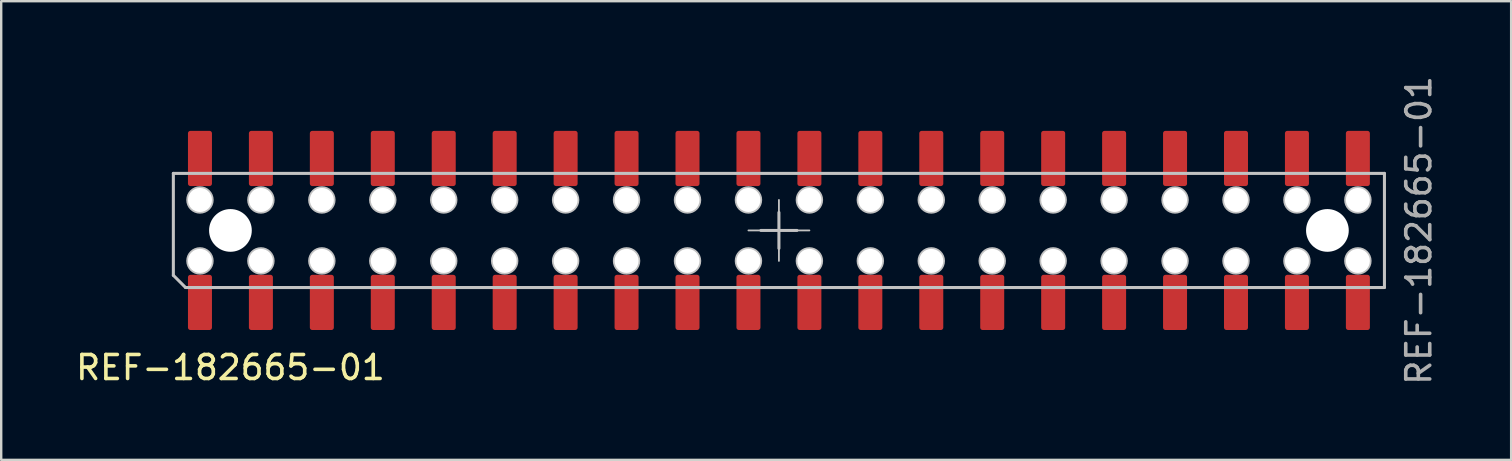
<source format=kicad_pcb>
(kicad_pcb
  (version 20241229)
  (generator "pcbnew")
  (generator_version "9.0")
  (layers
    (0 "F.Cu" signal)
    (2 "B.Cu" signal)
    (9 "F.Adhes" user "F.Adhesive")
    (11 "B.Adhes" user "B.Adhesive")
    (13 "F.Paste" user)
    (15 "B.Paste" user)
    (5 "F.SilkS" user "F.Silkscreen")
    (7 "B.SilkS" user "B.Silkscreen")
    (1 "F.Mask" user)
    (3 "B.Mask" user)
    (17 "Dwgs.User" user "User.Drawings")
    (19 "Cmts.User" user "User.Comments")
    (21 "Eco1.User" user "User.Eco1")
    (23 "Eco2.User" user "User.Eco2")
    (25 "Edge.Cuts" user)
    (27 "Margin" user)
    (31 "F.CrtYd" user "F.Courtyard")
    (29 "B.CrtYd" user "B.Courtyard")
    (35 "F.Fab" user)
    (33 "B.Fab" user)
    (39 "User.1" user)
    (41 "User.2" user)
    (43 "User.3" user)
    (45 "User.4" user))
  (footprint "REF-182665-01"
    (layer "F.Cu")
    (at 29.414 6.554)
    (property "Reference" "REF-182665-01" (at -22.86 5.715 0) (layer "F.SilkS") (effects (font (size 1 1) (thickness 0.15))))
    (fp_line (start -25.239 -2.377) (end 25.237 -2.377) (stroke (width 0.127) (type solid)) (layer "Dwgs.User"))
    (fp_line (start -25.239 1.871) (end -25.239 -2.377) (stroke (width 0.127) (type solid)) (layer "Dwgs.User"))
    (fp_line (start -24.731 2.379) (end -25.239 1.871) (stroke (width 0.127) (type solid)) (layer "Dwgs.User"))
    (fp_line (start -1.27 0) (end 1.27 0) (stroke (width 0.076) (type solid)) (layer "Dwgs.User"))
    (fp_line (start -0.75 0) (end 0.75 0) (stroke (width 0.127) (type solid)) (layer "Dwgs.User"))
    (fp_line (start 0 -1.27) (end 0 1.27) (stroke (width 0.076) (type solid)) (layer "Dwgs.User"))
    (fp_line (start 0 -0.75) (end 0 0.75) (stroke (width 0.127) (type solid)) (layer "Dwgs.User"))
    (fp_line (start 25.237 -2.377) (end 25.237 2.379) (stroke (width 0.127) (type solid)) (layer "Dwgs.User"))
    (fp_line (start 25.237 2.379) (end -24.731 2.379) (stroke (width 0.127) (type solid)) (layer "Dwgs.User"))
    (fp_circle (center -24.13 -1.27) (end -23.622 -1.27) (stroke (width 0.127) (type solid)) (fill no) (layer "Dwgs.User"))
    (fp_circle (center -24.13 1.27) (end -23.622 1.27) (stroke (width 0.127) (type solid)) (fill no) (layer "Dwgs.User"))
    (fp_circle (center -21.59 -1.27) (end -21.082 -1.27) (stroke (width 0.127) (type solid)) (fill no) (layer "Dwgs.User"))
    (fp_circle (center -21.59 1.27) (end -21.082 1.27) (stroke (width 0.127) (type solid)) (fill no) (layer "Dwgs.User"))
    (fp_circle (center -19.05 -1.27) (end -18.542 -1.27) (stroke (width 0.127) (type solid)) (fill no) (layer "Dwgs.User"))
    (fp_circle (center -19.05 1.27) (end -18.542 1.27) (stroke (width 0.127) (type solid)) (fill no) (layer "Dwgs.User"))
    (fp_circle (center -16.51 -1.27) (end -16.002 -1.27) (stroke (width 0.127) (type solid)) (fill no) (layer "Dwgs.User"))
    (fp_circle (center -16.51 1.27) (end -16.002 1.27) (stroke (width 0.127) (type solid)) (fill no) (layer "Dwgs.User"))
    (fp_circle (center -13.97 -1.27) (end -13.462 -1.27) (stroke (width 0.127) (type solid)) (fill no) (layer "Dwgs.User"))
    (fp_circle (center -13.97 1.27) (end -13.462 1.27) (stroke (width 0.127) (type solid)) (fill no) (layer "Dwgs.User"))
    (fp_circle (center -11.43 -1.27) (end -10.922 -1.27) (stroke (width 0.127) (type solid)) (fill no) (layer "Dwgs.User"))
    (fp_circle (center -11.43 1.27) (end -10.922 1.27) (stroke (width 0.127) (type solid)) (fill no) (layer "Dwgs.User"))
    (fp_circle (center -8.89 -1.27) (end -8.382 -1.27) (stroke (width 0.127) (type solid)) (fill no) (layer "Dwgs.User"))
    (fp_circle (center -8.89 1.27) (end -8.382 1.27) (stroke (width 0.127) (type solid)) (fill no) (layer "Dwgs.User"))
    (fp_circle (center -6.35 -1.27) (end -5.842 -1.27) (stroke (width 0.127) (type solid)) (fill no) (layer "Dwgs.User"))
    (fp_circle (center -6.35 1.27) (end -5.842 1.27) (stroke (width 0.127) (type solid)) (fill no) (layer "Dwgs.User"))
    (fp_circle (center -3.81 -1.27) (end -3.302 -1.27) (stroke (width 0.127) (type solid)) (fill no) (layer "Dwgs.User"))
    (fp_circle (center -3.81 1.27) (end -3.302 1.27) (stroke (width 0.127) (type solid)) (fill no) (layer "Dwgs.User"))
    (fp_circle (center -1.27 -1.27) (end -0.762 -1.27) (stroke (width 0.127) (type solid)) (fill no) (layer "Dwgs.User"))
    (fp_circle (center -1.27 1.27) (end -0.762 1.27) (stroke (width 0.127) (type solid)) (fill no) (layer "Dwgs.User"))
    (fp_circle (center 1.27 -1.27) (end 1.778 -1.27) (stroke (width 0.127) (type solid)) (fill no) (layer "Dwgs.User"))
    (fp_circle (center 1.27 1.27) (end 1.778 1.27) (stroke (width 0.127) (type solid)) (fill no) (layer "Dwgs.User"))
    (fp_circle (center 3.81 -1.27) (end 4.318 -1.27) (stroke (width 0.127) (type solid)) (fill no) (layer "Dwgs.User"))
    (fp_circle (center 3.81 1.27) (end 4.318 1.27) (stroke (width 0.127) (type solid)) (fill no) (layer "Dwgs.User"))
    (fp_circle (center 6.35 -1.27) (end 6.858 -1.27) (stroke (width 0.127) (type solid)) (fill no) (layer "Dwgs.User"))
    (fp_circle (center 6.35 1.27) (end 6.858 1.27) (stroke (width 0.127) (type solid)) (fill no) (layer "Dwgs.User"))
    (fp_circle (center 8.89 -1.27) (end 9.398 -1.27) (stroke (width 0.127) (type solid)) (fill no) (layer "Dwgs.User"))
    (fp_circle (center 8.89 1.27) (end 9.398 1.27) (stroke (width 0.127) (type solid)) (fill no) (layer "Dwgs.User"))
    (fp_circle (center 11.43 -1.27) (end 11.938 -1.27) (stroke (width 0.127) (type solid)) (fill no) (layer "Dwgs.User"))
    (fp_circle (center 11.43 1.27) (end 11.938 1.27) (stroke (width 0.127) (type solid)) (fill no) (layer "Dwgs.User"))
    (fp_circle (center 13.97 -1.27) (end 14.478 -1.27) (stroke (width 0.127) (type solid)) (fill no) (layer "Dwgs.User"))
    (fp_circle (center 13.97 1.27) (end 14.478 1.27) (stroke (width 0.127) (type solid)) (fill no) (layer "Dwgs.User"))
    (fp_circle (center 16.51 -1.27) (end 17.018 -1.27) (stroke (width 0.127) (type solid)) (fill no) (layer "Dwgs.User"))
    (fp_circle (center 16.51 1.27) (end 17.018 1.27) (stroke (width 0.127) (type solid)) (fill no) (layer "Dwgs.User"))
    (fp_circle (center 19.05 -1.27) (end 19.558 -1.27) (stroke (width 0.127) (type solid)) (fill no) (layer "Dwgs.User"))
    (fp_circle (center 19.05 1.27) (end 19.558 1.27) (stroke (width 0.127) (type solid)) (fill no) (layer "Dwgs.User"))
    (fp_circle (center 21.59 -1.27) (end 22.098 -1.27) (stroke (width 0.127) (type solid)) (fill no) (layer "Dwgs.User"))
    (fp_circle (center 21.59 1.27) (end 22.098 1.27) (stroke (width 0.127) (type solid)) (fill no) (layer "Dwgs.User"))
    (fp_circle (center 24.13 -1.27) (end 24.638 -1.27) (stroke (width 0.127) (type solid)) (fill no) (layer "Dwgs.User"))
    (fp_circle (center 24.13 1.27) (end 24.638 1.27) (stroke (width 0.127) (type solid)) (fill no) (layer "Dwgs.User"))
    (fp_text user "${REFERENCE}" (at 26.67 0 90) (unlocked yes) (layer "F.Fab") (effects (font (size 1 1) (thickness 0.15))))
    (pad "" np_thru_hole circle (at -24.13 -1.27) (size 1 1) (drill 1) (layers "*.Cu" "*.Mask"))
    (pad "" np_thru_hole circle (at -24.13 1.27) (size 1 1) (drill 1) (layers "*.Cu" "*.Mask"))
    (pad "" np_thru_hole circle (at -22.86 0) (size 1.78 1.78) (drill 1.78) (layers "*.Cu" "*.Mask"))
    (pad "" np_thru_hole circle (at -21.59 -1.27) (size 1 1) (drill 1) (layers "*.Cu" "*.Mask"))
    (pad "" np_thru_hole circle (at -21.59 1.27) (size 1 1) (drill 1) (layers "*.Cu" "*.Mask"))
    (pad "" np_thru_hole circle (at -19.05 -1.27) (size 1 1) (drill 1) (layers "*.Cu" "*.Mask"))
    (pad "" np_thru_hole circle (at -19.05 1.27) (size 1 1) (drill 1) (layers "*.Cu" "*.Mask"))
    (pad "" np_thru_hole circle (at -16.51 -1.27) (size 1 1) (drill 1) (layers "*.Cu" "*.Mask"))
    (pad "" np_thru_hole circle (at -16.51 1.27) (size 1 1) (drill 1) (layers "*.Cu" "*.Mask"))
    (pad "" np_thru_hole circle (at -13.97 -1.27) (size 1 1) (drill 1) (layers "*.Cu" "*.Mask"))
    (pad "" np_thru_hole circle (at -13.97 1.27) (size 1 1) (drill 1) (layers "*.Cu" "*.Mask"))
    (pad "" np_thru_hole circle (at -11.43 -1.27) (size 1 1) (drill 1) (layers "*.Cu" "*.Mask"))
    (pad "" np_thru_hole circle (at -11.43 1.27) (size 1 1) (drill 1) (layers "*.Cu" "*.Mask"))
    (pad "" np_thru_hole circle (at -8.89 -1.27) (size 1 1) (drill 1) (layers "*.Cu" "*.Mask"))
    (pad "" np_thru_hole circle (at -8.89 1.27) (size 1 1) (drill 1) (layers "*.Cu" "*.Mask"))
    (pad "" np_thru_hole circle (at -6.35 -1.27) (size 1 1) (drill 1) (layers "*.Cu" "*.Mask"))
    (pad "" np_thru_hole circle (at -6.35 1.27) (size 1 1) (drill 1) (layers "*.Cu" "*.Mask"))
    (pad "" np_thru_hole circle (at -3.81 -1.27) (size 1 1) (drill 1) (layers "*.Cu" "*.Mask"))
    (pad "" np_thru_hole circle (at -3.81 1.27) (size 1 1) (drill 1) (layers "*.Cu" "*.Mask"))
    (pad "" np_thru_hole circle (at -1.27 -1.27) (size 1 1) (drill 1) (layers "*.Cu" "*.Mask"))
    (pad "" np_thru_hole circle (at -1.27 1.27) (size 1 1) (drill 1) (layers "*.Cu" "*.Mask"))
    (pad "" np_thru_hole circle (at 1.27 -1.27) (size 1 1) (drill 1) (layers "*.Cu" "*.Mask"))
    (pad "" np_thru_hole circle (at 1.27 1.27) (size 1 1) (drill 1) (layers "*.Cu" "*.Mask"))
    (pad "" np_thru_hole circle (at 3.81 -1.27) (size 1 1) (drill 1) (layers "*.Cu" "*.Mask"))
    (pad "" np_thru_hole circle (at 3.81 1.27) (size 1 1) (drill 1) (layers "*.Cu" "*.Mask"))
    (pad "" np_thru_hole circle (at 6.35 -1.27) (size 1 1) (drill 1) (layers "*.Cu" "*.Mask"))
    (pad "" np_thru_hole circle (at 6.35 1.27) (size 1 1) (drill 1) (layers "*.Cu" "*.Mask"))
    (pad "" np_thru_hole circle (at 8.89 -1.27) (size 1 1) (drill 1) (layers "*.Cu" "*.Mask"))
    (pad "" np_thru_hole circle (at 8.89 1.27) (size 1 1) (drill 1) (layers "*.Cu" "*.Mask"))
    (pad "" np_thru_hole circle (at 11.43 -1.27) (size 1 1) (drill 1) (layers "*.Cu" "*.Mask"))
    (pad "" np_thru_hole circle (at 11.43 1.27) (size 1 1) (drill 1) (layers "*.Cu" "*.Mask"))
    (pad "" np_thru_hole circle (at 13.97 -1.27) (size 1 1) (drill 1) (layers "*.Cu" "*.Mask"))
    (pad "" np_thru_hole circle (at 13.97 1.27) (size 1 1) (drill 1) (layers "*.Cu" "*.Mask"))
    (pad "" np_thru_hole circle (at 16.51 -1.27) (size 1 1) (drill 1) (layers "*.Cu" "*.Mask"))
    (pad "" np_thru_hole circle (at 16.51 1.27) (size 1 1) (drill 1) (layers "*.Cu" "*.Mask"))
    (pad "" np_thru_hole circle (at 19.05 -1.27) (size 1 1) (drill 1) (layers "*.Cu" "*.Mask"))
    (pad "" np_thru_hole circle (at 19.05 1.27) (size 1 1) (drill 1) (layers "*.Cu" "*.Mask"))
    (pad "" np_thru_hole circle (at 21.59 -1.27) (size 1 1) (drill 1) (layers "*.Cu" "*.Mask"))
    (pad "" np_thru_hole circle (at 21.59 1.27) (size 1 1) (drill 1) (layers "*.Cu" "*.Mask"))
    (pad "" np_thru_hole circle (at 22.86 0) (size 1.78 1.78) (drill 1.78) (layers "*.Cu" "*.Mask"))
    (pad "" np_thru_hole circle (at 24.13 -1.27) (size 1 1) (drill 1) (layers "*.Cu" "*.Mask"))
    (pad "" np_thru_hole circle (at 24.13 1.27) (size 1 1) (drill 1) (layers "*.Cu" "*.Mask"))
    (pad "1" smd roundrect (at -24.13 3 90) (size 2.3 1) (layers "F.Cu" "F.Mask" "F.Paste") (roundrect_rratio 0.1))
    (pad "2" smd roundrect (at -24.13 -3 90) (size 2.3 1) (layers "F.Cu" "F.Mask" "F.Paste") (roundrect_rratio 0.1))
    (pad "3" smd roundrect (at -21.59 3 90) (size 2.3 1) (layers "F.Cu" "F.Mask" "F.Paste") (roundrect_rratio 0.1))
    (pad "4" smd roundrect (at -21.59 -3 90) (size 2.3 1) (layers "F.Cu" "F.Mask" "F.Paste") (roundrect_rratio 0.1))
    (pad "5" smd roundrect (at -19.05 3 90) (size 2.3 1) (layers "F.Cu" "F.Mask" "F.Paste") (roundrect_rratio 0.1))
    (pad "6" smd roundrect (at -19.05 -3 90) (size 2.3 1) (layers "F.Cu" "F.Mask" "F.Paste") (roundrect_rratio 0.1))
    (pad "7" smd roundrect (at -16.51 3 90) (size 2.3 1) (layers "F.Cu" "F.Mask" "F.Paste") (roundrect_rratio 0.1))
    (pad "8" smd roundrect (at -16.51 -3 90) (size 2.3 1) (layers "F.Cu" "F.Mask" "F.Paste") (roundrect_rratio 0.1))
    (pad "9" smd roundrect (at -13.97 3 90) (size 2.3 1) (layers "F.Cu" "F.Mask" "F.Paste") (roundrect_rratio 0.1))
    (pad "10" smd roundrect (at -13.97 -3 90) (size 2.3 1) (layers "F.Cu" "F.Mask" "F.Paste") (roundrect_rratio 0.1))
    (pad "11" smd roundrect (at -11.43 3 90) (size 2.3 1) (layers "F.Cu" "F.Mask" "F.Paste") (roundrect_rratio 0.1))
    (pad "12" smd roundrect (at -11.43 -3 90) (size 2.3 1) (layers "F.Cu" "F.Mask" "F.Paste") (roundrect_rratio 0.1))
    (pad "13" smd roundrect (at -8.89 3 90) (size 2.3 1) (layers "F.Cu" "F.Mask" "F.Paste") (roundrect_rratio 0.1))
    (pad "14" smd roundrect (at -8.89 -3 90) (size 2.3 1) (layers "F.Cu" "F.Mask" "F.Paste") (roundrect_rratio 0.1))
    (pad "15" smd roundrect (at -6.35 3 90) (size 2.3 1) (layers "F.Cu" "F.Mask" "F.Paste") (roundrect_rratio 0.1))
    (pad "16" smd roundrect (at -6.35 -3 90) (size 2.3 1) (layers "F.Cu" "F.Mask" "F.Paste") (roundrect_rratio 0.1))
    (pad "17" smd roundrect (at -3.81 3 90) (size 2.3 1) (layers "F.Cu" "F.Mask" "F.Paste") (roundrect_rratio 0.1))
    (pad "18" smd roundrect (at -3.81 -3 90) (size 2.3 1) (layers "F.Cu" "F.Mask" "F.Paste") (roundrect_rratio 0.1))
    (pad "19" smd roundrect (at -1.27 3 90) (size 2.3 1) (layers "F.Cu" "F.Mask" "F.Paste") (roundrect_rratio 0.1))
    (pad "20" smd roundrect (at -1.27 -3 90) (size 2.3 1) (layers "F.Cu" "F.Mask" "F.Paste") (roundrect_rratio 0.1))
    (pad "21" smd roundrect (at 1.27 3 90) (size 2.3 1) (layers "F.Cu" "F.Mask" "F.Paste") (roundrect_rratio 0.1))
    (pad "22" smd roundrect (at 1.27 -3 90) (size 2.3 1) (layers "F.Cu" "F.Mask" "F.Paste") (roundrect_rratio 0.1))
    (pad "23" smd roundrect (at 3.81 3 90) (size 2.3 1) (layers "F.Cu" "F.Mask" "F.Paste") (roundrect_rratio 0.1))
    (pad "24" smd roundrect (at 3.81 -3 90) (size 2.3 1) (layers "F.Cu" "F.Mask" "F.Paste") (roundrect_rratio 0.1))
    (pad "25" smd roundrect (at 6.35 3 90) (size 2.3 1) (layers "F.Cu" "F.Mask" "F.Paste") (roundrect_rratio 0.1))
    (pad "26" smd roundrect (at 6.35 -3 90) (size 2.3 1) (layers "F.Cu" "F.Mask" "F.Paste") (roundrect_rratio 0.1))
    (pad "27" smd roundrect (at 8.89 3 90) (size 2.3 1) (layers "F.Cu" "F.Mask" "F.Paste") (roundrect_rratio 0.1))
    (pad "28" smd roundrect (at 8.89 -3 90) (size 2.3 1) (layers "F.Cu" "F.Mask" "F.Paste") (roundrect_rratio 0.1))
    (pad "29" smd roundrect (at 11.43 3 90) (size 2.3 1) (layers "F.Cu" "F.Mask" "F.Paste") (roundrect_rratio 0.1))
    (pad "30" smd roundrect (at 11.43 -3 90) (size 2.3 1) (layers "F.Cu" "F.Mask" "F.Paste") (roundrect_rratio 0.1))
    (pad "31" smd roundrect (at 13.97 3 90) (size 2.3 1) (layers "F.Cu" "F.Mask" "F.Paste") (roundrect_rratio 0.1))
    (pad "32" smd roundrect (at 13.97 -3 90) (size 2.3 1) (layers "F.Cu" "F.Mask" "F.Paste") (roundrect_rratio 0.1))
    (pad "33" smd roundrect (at 16.51 3 90) (size 2.3 1) (layers "F.Cu" "F.Mask" "F.Paste") (roundrect_rratio 0.1))
    (pad "34" smd roundrect (at 16.51 -3 90) (size 2.3 1) (layers "F.Cu" "F.Mask" "F.Paste") (roundrect_rratio 0.1))
    (pad "35" smd roundrect (at 19.05 3 90) (size 2.3 1) (layers "F.Cu" "F.Mask" "F.Paste") (roundrect_rratio 0.1))
    (pad "36" smd roundrect (at 19.05 -3 90) (size 2.3 1) (layers "F.Cu" "F.Mask" "F.Paste") (roundrect_rratio 0.1))
    (pad "37" smd roundrect (at 21.59 3 90) (size 2.3 1) (layers "F.Cu" "F.Mask" "F.Paste") (roundrect_rratio 0.1))
    (pad "38" smd roundrect (at 21.59 -3 90) (size 2.3 1) (layers "F.Cu" "F.Mask" "F.Paste") (roundrect_rratio 0.1))
    (pad "39" smd roundrect (at 24.13 3 90) (size 2.3 1) (layers "F.Cu" "F.Mask" "F.Paste") (roundrect_rratio 0.1))
    (pad "40" smd roundrect (at 24.13 -3 90) (size 2.3 1) (layers "F.Cu" "F.Mask" "F.Paste") (roundrect_rratio 0.1)))
  (gr_rect
    (start -3 -3)
    (end 59.932 16.117)
    (stroke (width 0.1) (type default))
    (fill no)
    (layer "Edge.Cuts")))
</source>
